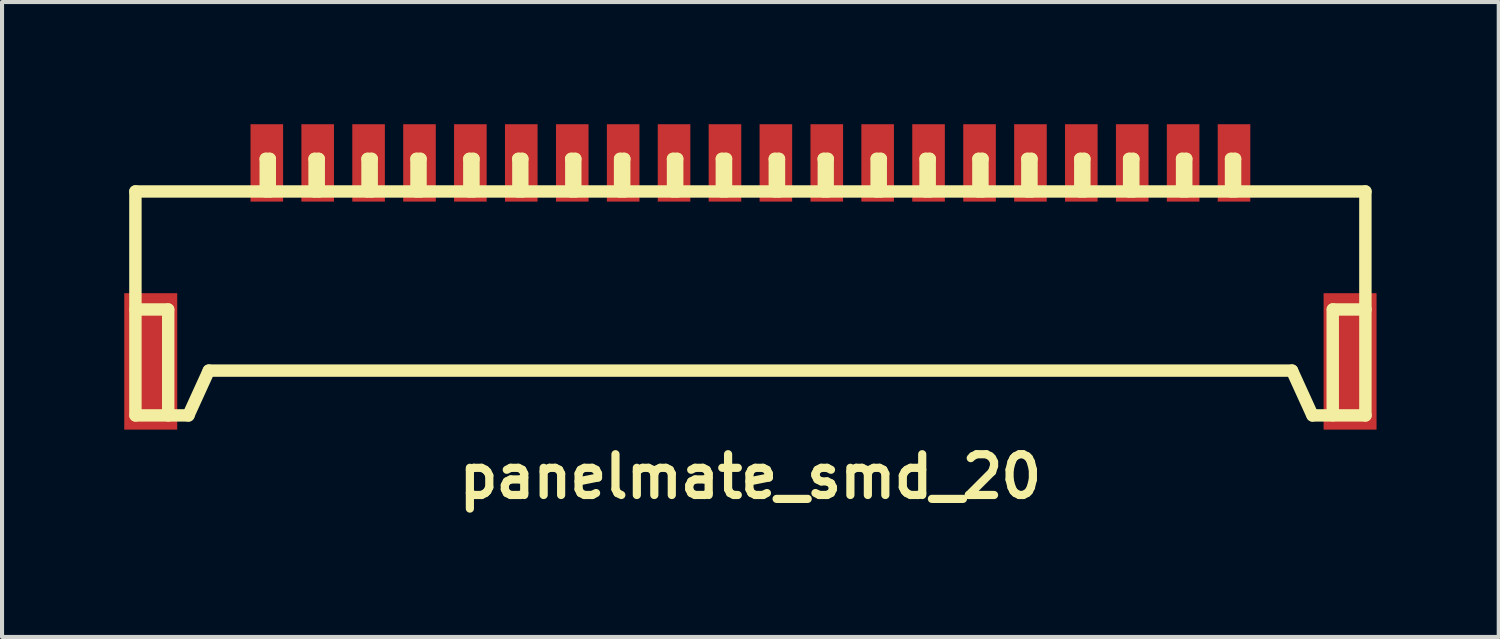
<source format=kicad_pcb>
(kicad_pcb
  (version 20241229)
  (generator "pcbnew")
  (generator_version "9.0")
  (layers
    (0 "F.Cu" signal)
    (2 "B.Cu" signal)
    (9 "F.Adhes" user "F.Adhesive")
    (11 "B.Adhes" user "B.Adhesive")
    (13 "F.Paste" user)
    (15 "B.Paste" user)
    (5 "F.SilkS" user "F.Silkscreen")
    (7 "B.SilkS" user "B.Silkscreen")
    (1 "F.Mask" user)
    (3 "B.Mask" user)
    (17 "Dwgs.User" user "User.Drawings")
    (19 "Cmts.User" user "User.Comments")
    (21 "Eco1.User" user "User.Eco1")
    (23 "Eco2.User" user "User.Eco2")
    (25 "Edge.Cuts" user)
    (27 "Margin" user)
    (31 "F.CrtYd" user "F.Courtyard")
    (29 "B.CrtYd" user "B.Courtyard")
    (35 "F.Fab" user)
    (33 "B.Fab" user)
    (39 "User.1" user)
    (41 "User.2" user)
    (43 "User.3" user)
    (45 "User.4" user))
  (footprint "panelmate_smd_20"
    (layer "F.Cu")
    (at 15.375 4.45)
    (property "Reference" "panelmate_smd_20" (at 0 4.201 0) (layer "F.SilkS") (effects (font (size 1.001 1.001) (thickness 0.201))))
    (attr through_hole)
    (fp_line (start -15.1 -2.799) (end -15.1 2.7) (stroke (width 0.305) (type solid)) (layer "F.SilkS"))
    (fp_line (start -15.098 0.099) (end -14.298 0.099) (stroke (width 0.305) (type solid)) (layer "F.SilkS"))
    (fp_line (start -14.295 0.099) (end -14.295 2.7) (stroke (width 0.305) (type solid)) (layer "F.SilkS"))
    (fp_line (start -13.8 2.7) (end -13.299 1.6) (stroke (width 0.305) (type solid)) (layer "F.SilkS"))
    (fp_line (start -13.797 2.7) (end -15.095 2.7) (stroke (width 0.305) (type solid)) (layer "F.SilkS"))
    (fp_line (start -13.299 1.6) (end 13.299 1.6) (stroke (width 0.305) (type solid)) (layer "F.SilkS"))
    (fp_line (start -11.9 -3.599) (end -11.9 -2.799) (stroke (width 0.305) (type solid)) (layer "F.SilkS"))
    (fp_line (start -11.801 -3.599) (end -11.9 -3.599) (stroke (width 0.305) (type solid)) (layer "F.SilkS"))
    (fp_line (start -11.801 -2.799) (end -11.801 -3.599) (stroke (width 0.305) (type solid)) (layer "F.SilkS"))
    (fp_line (start -10.701 -3.599) (end -10.599 -3.599) (stroke (width 0.305) (type solid)) (layer "F.SilkS"))
    (fp_line (start -10.701 -2.799) (end -10.701 -3.599) (stroke (width 0.305) (type solid)) (layer "F.SilkS"))
    (fp_line (start -10.599 -3.599) (end -10.599 -2.799) (stroke (width 0.305) (type solid)) (layer "F.SilkS"))
    (fp_line (start -9.401 -3.599) (end -9.401 -2.799) (stroke (width 0.305) (type solid)) (layer "F.SilkS"))
    (fp_line (start -9.299 -3.599) (end -9.401 -3.599) (stroke (width 0.305) (type solid)) (layer "F.SilkS"))
    (fp_line (start -9.299 -2.799) (end -9.299 -3.599) (stroke (width 0.305) (type solid)) (layer "F.SilkS"))
    (fp_line (start -8.199 -3.599) (end -8.1 -3.599) (stroke (width 0.305) (type solid)) (layer "F.SilkS"))
    (fp_line (start -8.199 -2.799) (end -8.199 -3.599) (stroke (width 0.305) (type solid)) (layer "F.SilkS"))
    (fp_line (start -8.1 -3.599) (end -8.1 -2.799) (stroke (width 0.305) (type solid)) (layer "F.SilkS"))
    (fp_line (start -6.901 -3.599) (end -6.901 -2.799) (stroke (width 0.305) (type solid)) (layer "F.SilkS"))
    (fp_line (start -6.8 -3.599) (end -6.901 -3.599) (stroke (width 0.305) (type solid)) (layer "F.SilkS"))
    (fp_line (start -6.8 -2.799) (end -6.8 -3.599) (stroke (width 0.305) (type solid)) (layer "F.SilkS"))
    (fp_line (start -5.702 -3.599) (end -5.601 -3.599) (stroke (width 0.305) (type solid)) (layer "F.SilkS"))
    (fp_line (start -5.697 -2.799) (end -5.697 -3.599) (stroke (width 0.305) (type solid)) (layer "F.SilkS"))
    (fp_line (start -5.601 -3.599) (end -5.601 -2.799) (stroke (width 0.305) (type solid)) (layer "F.SilkS"))
    (fp_line (start -4.402 -3.599) (end -4.3 -3.599) (stroke (width 0.305) (type solid)) (layer "F.SilkS"))
    (fp_line (start -4.397 -2.799) (end -4.397 -3.599) (stroke (width 0.305) (type solid)) (layer "F.SilkS"))
    (fp_line (start -4.3 -3.599) (end -4.3 -2.799) (stroke (width 0.305) (type solid)) (layer "F.SilkS"))
    (fp_line (start -3.2 -3.599) (end -3.2 -2.799) (stroke (width 0.305) (type solid)) (layer "F.SilkS"))
    (fp_line (start -3.099 -3.599) (end -3.099 -2.799) (stroke (width 0.305) (type solid)) (layer "F.SilkS"))
    (fp_line (start -3.096 -3.599) (end -3.198 -3.599) (stroke (width 0.305) (type solid)) (layer "F.SilkS"))
    (fp_line (start -1.9 -3.599) (end -1.798 -3.599) (stroke (width 0.305) (type solid)) (layer "F.SilkS"))
    (fp_line (start -1.9 -2.799) (end -1.9 -3.599) (stroke (width 0.305) (type solid)) (layer "F.SilkS"))
    (fp_line (start -1.798 -3.599) (end -1.798 -2.799) (stroke (width 0.305) (type solid)) (layer "F.SilkS"))
    (fp_line (start -0.701 -3.599) (end -0.599 -3.599) (stroke (width 0.305) (type solid)) (layer "F.SilkS"))
    (fp_line (start -0.701 -2.799) (end -0.701 -3.599) (stroke (width 0.305) (type solid)) (layer "F.SilkS"))
    (fp_line (start -0.599 -3.599) (end -0.599 -2.799) (stroke (width 0.305) (type solid)) (layer "F.SilkS"))
    (fp_line (start 0.599 -3.599) (end 0.599 -2.799) (stroke (width 0.305) (type solid)) (layer "F.SilkS"))
    (fp_line (start 0.701 -3.599) (end 0.599 -3.599) (stroke (width 0.305) (type solid)) (layer "F.SilkS"))
    (fp_line (start 0.701 -2.799) (end 0.701 -3.599) (stroke (width 0.305) (type solid)) (layer "F.SilkS"))
    (fp_line (start 1.803 -3.599) (end 1.803 -2.799) (stroke (width 0.305) (type solid)) (layer "F.SilkS"))
    (fp_line (start 1.897 -3.599) (end 1.897 -2.799) (stroke (width 0.305) (type solid)) (layer "F.SilkS"))
    (fp_line (start 1.9 -3.599) (end 1.798 -3.599) (stroke (width 0.305) (type solid)) (layer "F.SilkS"))
    (fp_line (start 3.099 -3.599) (end 3.099 -2.799) (stroke (width 0.305) (type solid)) (layer "F.SilkS"))
    (fp_line (start 3.104 -3.599) (end 3.203 -3.599) (stroke (width 0.305) (type solid)) (layer "F.SilkS"))
    (fp_line (start 3.2 -2.799) (end 3.2 -3.599) (stroke (width 0.305) (type solid)) (layer "F.SilkS"))
    (fp_line (start 4.3 -3.599) (end 4.3 -2.799) (stroke (width 0.305) (type solid)) (layer "F.SilkS"))
    (fp_line (start 4.402 -2.799) (end 4.402 -3.599) (stroke (width 0.305) (type solid)) (layer "F.SilkS"))
    (fp_line (start 4.404 -3.599) (end 4.303 -3.599) (stroke (width 0.305) (type solid)) (layer "F.SilkS"))
    (fp_line (start 5.598 -3.599) (end 5.598 -2.799) (stroke (width 0.305) (type solid)) (layer "F.SilkS"))
    (fp_line (start 5.601 -3.599) (end 5.7 -3.599) (stroke (width 0.305) (type solid)) (layer "F.SilkS"))
    (fp_line (start 5.697 -2.799) (end 5.697 -3.599) (stroke (width 0.305) (type solid)) (layer "F.SilkS"))
    (fp_line (start 6.8 -3.599) (end 6.901 -3.599) (stroke (width 0.305) (type solid)) (layer "F.SilkS"))
    (fp_line (start 6.8 -2.799) (end 6.8 -3.599) (stroke (width 0.305) (type solid)) (layer "F.SilkS"))
    (fp_line (start 6.901 -3.599) (end 6.901 -2.799) (stroke (width 0.305) (type solid)) (layer "F.SilkS"))
    (fp_line (start 8.1 -3.599) (end 8.1 -2.799) (stroke (width 0.305) (type solid)) (layer "F.SilkS"))
    (fp_line (start 8.199 -3.599) (end 8.1 -3.599) (stroke (width 0.305) (type solid)) (layer "F.SilkS"))
    (fp_line (start 8.199 -2.799) (end 8.199 -3.599) (stroke (width 0.305) (type solid)) (layer "F.SilkS"))
    (fp_line (start 9.299 -3.599) (end 9.401 -3.599) (stroke (width 0.305) (type solid)) (layer "F.SilkS"))
    (fp_line (start 9.299 -2.799) (end 9.299 -3.599) (stroke (width 0.305) (type solid)) (layer "F.SilkS"))
    (fp_line (start 9.401 -3.599) (end 9.401 -2.799) (stroke (width 0.305) (type solid)) (layer "F.SilkS"))
    (fp_line (start 10.599 -3.599) (end 10.701 -3.599) (stroke (width 0.305) (type solid)) (layer "F.SilkS"))
    (fp_line (start 10.599 -2.799) (end 10.599 -3.599) (stroke (width 0.305) (type solid)) (layer "F.SilkS"))
    (fp_line (start 10.701 -3.599) (end 10.701 -2.799) (stroke (width 0.305) (type solid)) (layer "F.SilkS"))
    (fp_line (start 11.801 -3.599) (end 11.9 -3.599) (stroke (width 0.305) (type solid)) (layer "F.SilkS"))
    (fp_line (start 11.801 -2.799) (end 11.801 -3.599) (stroke (width 0.305) (type solid)) (layer "F.SilkS"))
    (fp_line (start 11.9 -3.599) (end 11.9 -2.799) (stroke (width 0.305) (type solid)) (layer "F.SilkS"))
    (fp_line (start 13.299 1.6) (end 13.8 2.7) (stroke (width 0.305) (type solid)) (layer "F.SilkS"))
    (fp_line (start 13.805 2.7) (end 15.103 2.7) (stroke (width 0.305) (type solid)) (layer "F.SilkS"))
    (fp_line (start 14.298 0.097) (end 14.298 2.697) (stroke (width 0.305) (type solid)) (layer "F.SilkS"))
    (fp_line (start 15.1 -2.799) (end -15.1 -2.799) (stroke (width 0.305) (type solid)) (layer "F.SilkS"))
    (fp_line (start 15.1 -2.799) (end 15.1 2.7) (stroke (width 0.305) (type solid)) (layer "F.SilkS"))
    (fp_line (start 15.103 0.099) (end 14.303 0.099) (stroke (width 0.305) (type solid)) (layer "F.SilkS"))
    (pad "1" smd rect (at -11.874 -3.5) (size 0.8 1.9) (layers "F.Cu" "F.Mask" "F.Paste"))
    (pad "2" smd rect (at -10.625 -3.5) (size 0.8 1.9) (layers "F.Cu" "F.Mask" "F.Paste"))
    (pad "3" smd rect (at -9.375 -3.5) (size 0.8 1.9) (layers "F.Cu" "F.Mask" "F.Paste"))
    (pad "4" smd rect (at -8.125 -3.5) (size 0.8 1.9) (layers "F.Cu" "F.Mask" "F.Paste"))
    (pad "5" smd rect (at -6.876 -3.5) (size 0.8 1.9) (layers "F.Cu" "F.Mask" "F.Paste"))
    (pad "6" smd rect (at -5.626 -3.5) (size 0.8 1.9) (layers "F.Cu" "F.Mask" "F.Paste"))
    (pad "7" smd rect (at -4.374 -3.5) (size 0.8 1.9) (layers "F.Cu" "F.Mask" "F.Paste"))
    (pad "8" smd rect (at -3.124 -3.5) (size 0.8 1.9) (layers "F.Cu" "F.Mask" "F.Paste"))
    (pad "9" smd rect (at -1.875 -3.5) (size 0.8 1.9) (layers "F.Cu" "F.Mask" "F.Paste"))
    (pad "10" smd rect (at -0.625 -3.5) (size 0.8 1.9) (layers "F.Cu" "F.Mask" "F.Paste"))
    (pad "11" smd rect (at 0.625 -3.5) (size 0.8 1.9) (layers "F.Cu" "F.Mask" "F.Paste"))
    (pad "12" smd rect (at 1.875 -3.5) (size 0.8 1.9) (layers "F.Cu" "F.Mask" "F.Paste"))
    (pad "13" smd rect (at 3.124 -3.5) (size 0.8 1.9) (layers "F.Cu" "F.Mask" "F.Paste"))
    (pad "14" smd rect (at 4.374 -3.5) (size 0.8 1.9) (layers "F.Cu" "F.Mask" "F.Paste"))
    (pad "15" smd rect (at 5.626 -3.5) (size 0.8 1.9) (layers "F.Cu" "F.Mask" "F.Paste"))
    (pad "16" smd rect (at 6.876 -3.5) (size 0.8 1.9) (layers "F.Cu" "F.Mask" "F.Paste"))
    (pad "17" smd rect (at 8.125 -3.5) (size 0.8 1.9) (layers "F.Cu" "F.Mask" "F.Paste"))
    (pad "18" smd rect (at 9.375 -3.5) (size 0.8 1.9) (layers "F.Cu" "F.Mask" "F.Paste"))
    (pad "19" smd rect (at 10.625 -3.5) (size 0.8 1.9) (layers "F.Cu" "F.Mask" "F.Paste"))
    (pad "20" smd rect (at 11.874 -3.5) (size 0.8 1.9) (layers "F.Cu" "F.Mask" "F.Paste"))
    (pad "21" smd rect (at -14.724 1.374) (size 1.3 3.35) (layers "F.Cu" "F.Mask" "F.Paste"))
    (pad "21" smd rect (at 14.724 1.374) (size 1.3 3.35) (layers "F.Cu" "F.Mask" "F.Paste")))
  (gr_rect
    (start -3 -3)
    (end 33.749 12.589)
    (stroke (width 0.1) (type default))
    (fill no)
    (layer "Edge.Cuts")))
</source>
